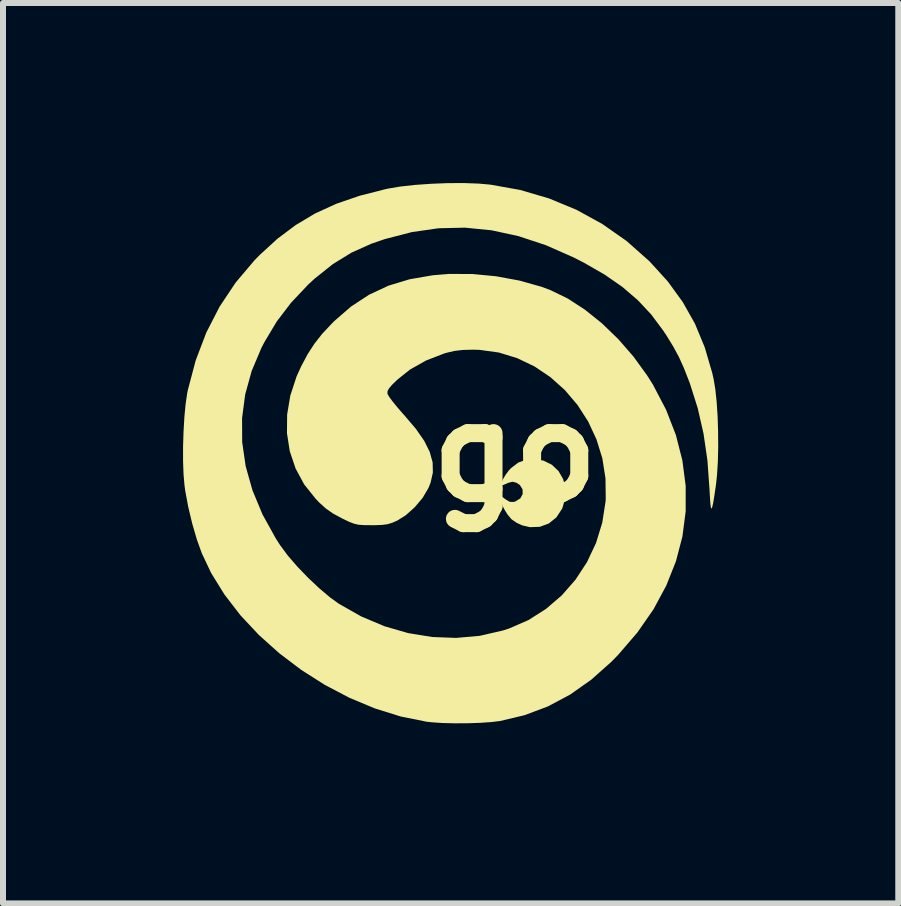
<source format=kicad_pcb>
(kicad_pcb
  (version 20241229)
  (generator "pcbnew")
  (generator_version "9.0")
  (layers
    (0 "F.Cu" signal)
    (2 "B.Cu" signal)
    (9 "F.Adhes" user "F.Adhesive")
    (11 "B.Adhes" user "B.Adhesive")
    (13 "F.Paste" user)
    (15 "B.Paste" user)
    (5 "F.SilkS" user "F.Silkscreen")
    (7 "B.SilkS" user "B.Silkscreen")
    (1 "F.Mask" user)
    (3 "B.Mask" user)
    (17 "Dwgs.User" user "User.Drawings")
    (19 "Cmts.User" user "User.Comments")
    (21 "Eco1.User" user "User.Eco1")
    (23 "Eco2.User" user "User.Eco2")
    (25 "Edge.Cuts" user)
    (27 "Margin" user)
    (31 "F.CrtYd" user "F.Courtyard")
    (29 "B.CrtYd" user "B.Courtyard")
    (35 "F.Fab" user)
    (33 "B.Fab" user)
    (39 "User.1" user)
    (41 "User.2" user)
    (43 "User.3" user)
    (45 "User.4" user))
  (footprint "logo"
    (layer "F.Cu")
    (at 4.458 4.488)
    (property "Reference" "logo" (at 0 0 0) (layer "F.SilkS") (effects (font (size 1.5 1.5) (thickness 0.3))))
    (attr board_only exclude_from_pos_files exclude_from_bom)
    (fp_poly (pts (xy 1.546 0.136) (xy 1.686 0.205) (xy 1.797 0.31) (xy 1.874 0.443) (xy 1.914 0.596) (xy 1.911 0.761) (xy 1.861 0.929) (xy 1.857 0.937) (xy 1.762 1.082) (xy 1.635 1.184) (xy 1.486 1.239) (xy 1.321 1.245) (xy 1.189 1.214) (xy 1.099 1.172) (xy 1.02 1.118) (xy 1.012 1.111) (xy 0.945 1.031) (xy 0.886 0.933) (xy 0.846 0.838) (xy 0.836 0.781) (xy 0.836 0.723) (xy 0.917 0.783) (xy 0.985 0.823) (xy 1.046 0.825) (xy 1.078 0.817) (xy 1.16 0.766) (xy 1.2 0.694) (xy 1.198 0.614) (xy 1.152 0.541) (xy 1.095 0.504) (xy 1.03 0.488) (xy 0.961 0.506) (xy 0.941 0.515) (xy 0.881 0.541) (xy 0.846 0.548) (xy 0.844 0.547) (xy 0.844 0.511) (xy 0.871 0.448) (xy 0.916 0.372) (xy 0.971 0.298) (xy 1.007 0.26) (xy 1.127 0.169) (xy 1.254 0.122) (xy 1.383 0.112)) (stroke (width 0) (type solid)) (fill yes) (layer "F.SilkS"))
    (fp_poly (pts (xy 0.47 -4.479) (xy 0.661 -4.462) (xy 1.159 -4.373) (xy 1.639 -4.232) (xy 2.096 -4.043) (xy 2.527 -3.806) (xy 2.93 -3.524) (xy 3.299 -3.197) (xy 3.318 -3.179) (xy 3.618 -2.849) (xy 3.867 -2.506) (xy 4.071 -2.144) (xy 4.233 -1.753) (xy 4.358 -1.326) (xy 4.382 -1.221) (xy 4.41 -1.052) (xy 4.432 -0.842) (xy 4.448 -0.602) (xy 4.456 -0.347) (xy 4.458 -0.09) (xy 4.452 0.156) (xy 4.438 0.378) (xy 4.422 0.53) (xy 4.395 0.713) (xy 4.374 0.842) (xy 4.357 0.916) (xy 4.344 0.938) (xy 4.334 0.907) (xy 4.325 0.823) (xy 4.317 0.689) (xy 4.313 0.613) (xy 4.278 0.13) (xy 4.213 -0.315) (xy 4.117 -0.736) (xy 3.988 -1.144) (xy 3.969 -1.195) (xy 3.885 -1.409) (xy 3.803 -1.59) (xy 3.711 -1.761) (xy 3.6 -1.942) (xy 3.541 -2.031) (xy 3.343 -2.297) (xy 3.118 -2.537) (xy 2.861 -2.758) (xy 2.564 -2.964) (xy 2.221 -3.161) (xy 2.049 -3.249) (xy 1.584 -3.454) (xy 1.13 -3.604) (xy 0.682 -3.701) (xy 0.239 -3.745) (xy -0.203 -3.735) (xy -0.647 -3.671) (xy -1.095 -3.555) (xy -1.322 -3.477) (xy -1.652 -3.329) (xy -1.965 -3.136) (xy -2.268 -2.894) (xy -2.375 -2.795) (xy -2.658 -2.495) (xy -2.897 -2.182) (xy -3.101 -1.841) (xy -3.152 -1.743) (xy -3.315 -1.357) (xy -3.423 -0.966) (xy -3.475 -0.571) (xy -3.473 -0.172) (xy -3.415 0.229) (xy -3.302 0.63) (xy -3.135 1.032) (xy -2.913 1.433) (xy -2.84 1.547) (xy -2.714 1.717) (xy -2.555 1.901) (xy -2.376 2.087) (xy -2.189 2.263) (xy -2.008 2.416) (xy -1.861 2.522) (xy -1.49 2.732) (xy -1.105 2.895) (xy -0.708 3.01) (xy -0.308 3.075) (xy 0.093 3.09) (xy 0.487 3.055) (xy 0.869 2.967) (xy 0.977 2.932) (xy 1.296 2.793) (xy 1.589 2.607) (xy 1.852 2.381) (xy 2.081 2.119) (xy 2.272 1.827) (xy 2.422 1.509) (xy 2.526 1.171) (xy 2.581 0.818) (xy 2.584 0.775) (xy 2.58 0.433) (xy 2.528 0.1) (xy 2.43 -0.217) (xy 2.291 -0.516) (xy 2.114 -0.791) (xy 1.903 -1.039) (xy 1.663 -1.254) (xy 1.397 -1.433) (xy 1.109 -1.571) (xy 0.802 -1.665) (xy 0.481 -1.709) (xy 0.376 -1.712) (xy 0.204 -1.708) (xy 0.063 -1.691) (xy -0.069 -1.66) (xy -0.101 -1.651) (xy -0.409 -1.532) (xy -0.677 -1.381) (xy -0.886 -1.214) (xy -0.975 -1.128) (xy -1.027 -1.067) (xy -1.051 -1.022) (xy -1.053 -0.983) (xy -1.051 -0.974) (xy -1.026 -0.929) (xy -0.971 -0.854) (xy -0.892 -0.757) (xy -0.797 -0.647) (xy -0.766 -0.613) (xy -0.579 -0.393) (xy -0.44 -0.193) (xy -0.348 -0.008) (xy -0.3 0.166) (xy -0.296 0.335) (xy -0.334 0.503) (xy -0.37 0.593) (xy -0.466 0.756) (xy -0.597 0.912) (xy -0.747 1.046) (xy -0.889 1.135) (xy -0.973 1.172) (xy -1.049 1.195) (xy -1.137 1.207) (xy -1.254 1.212) (xy -1.313 1.212) (xy -1.44 1.211) (xy -1.532 1.205) (xy -1.61 1.187) (xy -1.693 1.155) (xy -1.803 1.102) (xy -1.817 1.095) (xy -1.96 1.017) (xy -2.078 0.935) (xy -2.193 0.831) (xy -2.247 0.774) (xy -2.44 0.533) (xy -2.584 0.266) (xy -2.68 -0.02) (xy -2.727 -0.321) (xy -2.724 -0.632) (xy -2.671 -0.948) (xy -2.567 -1.266) (xy -2.491 -1.433) (xy -2.382 -1.638) (xy -2.269 -1.812) (xy -2.141 -1.975) (xy -1.983 -2.144) (xy -1.938 -2.189) (xy -1.659 -2.431) (xy -1.36 -2.627) (xy -1.037 -2.778) (xy -0.684 -2.885) (xy -0.298 -2.952) (xy -0.028 -2.974) (xy 0.361 -2.973) (xy 0.758 -2.935) (xy 1.148 -2.863) (xy 1.514 -2.76) (xy 1.664 -2.704) (xy 1.95 -2.565) (xy 2.238 -2.378) (xy 2.522 -2.15) (xy 2.794 -1.887) (xy 3.047 -1.596) (xy 3.273 -1.284) (xy 3.371 -1.129) (xy 3.589 -0.712) (xy 3.753 -0.29) (xy 3.861 0.134) (xy 3.916 0.558) (xy 3.916 0.98) (xy 3.862 1.399) (xy 3.754 1.812) (xy 3.593 2.218) (xy 3.379 2.615) (xy 3.112 2.999) (xy 2.792 3.371) (xy 2.68 3.486) (xy 2.342 3.787) (xy 1.99 4.035) (xy 1.62 4.232) (xy 1.23 4.378) (xy 0.826 4.474) (xy 0.679 4.492) (xy 0.492 4.505) (xy 0.284 4.512) (xy 0.069 4.513) (xy -0.136 4.508) (xy -0.314 4.496) (xy -0.403 4.486) (xy -0.833 4.399) (xy -1.262 4.265) (xy -1.684 4.089) (xy -2.094 3.874) (xy -2.486 3.625) (xy -2.855 3.346) (xy -3.196 3.04) (xy -3.502 2.713) (xy -3.768 2.368) (xy -3.99 2.009) (xy -4.146 1.679) (xy -4.229 1.448) (xy -4.306 1.183) (xy -4.372 0.907) (xy -4.421 0.644) (xy -4.434 0.549) (xy -4.45 0.364) (xy -4.458 0.142) (xy -4.458 -0.1) (xy -4.45 -0.35) (xy -4.436 -0.591) (xy -4.415 -0.81) (xy -4.388 -0.993) (xy -4.379 -1.037) (xy -4.247 -1.535) (xy -4.07 -1.999) (xy -3.848 -2.431) (xy -3.581 -2.831) (xy -3.269 -3.2) (xy -3.18 -3.291) (xy -2.886 -3.56) (xy -2.581 -3.789) (xy -2.257 -3.982) (xy -1.905 -4.143) (xy -1.518 -4.276) (xy -1.087 -4.386) (xy -1.046 -4.395) (xy -0.84 -4.43) (xy -0.595 -4.457) (xy -0.326 -4.476) (xy -0.048 -4.487) (xy 0.223 -4.488)) (stroke (width 0) (type solid)) (fill yes) (layer "F.SilkS")))
  (gr_rect
    (start -3 -3)
    (end 11.916 12.001)
    (stroke (width 0.1) (type default))
    (fill no)
    (layer "Edge.Cuts")))
</source>
